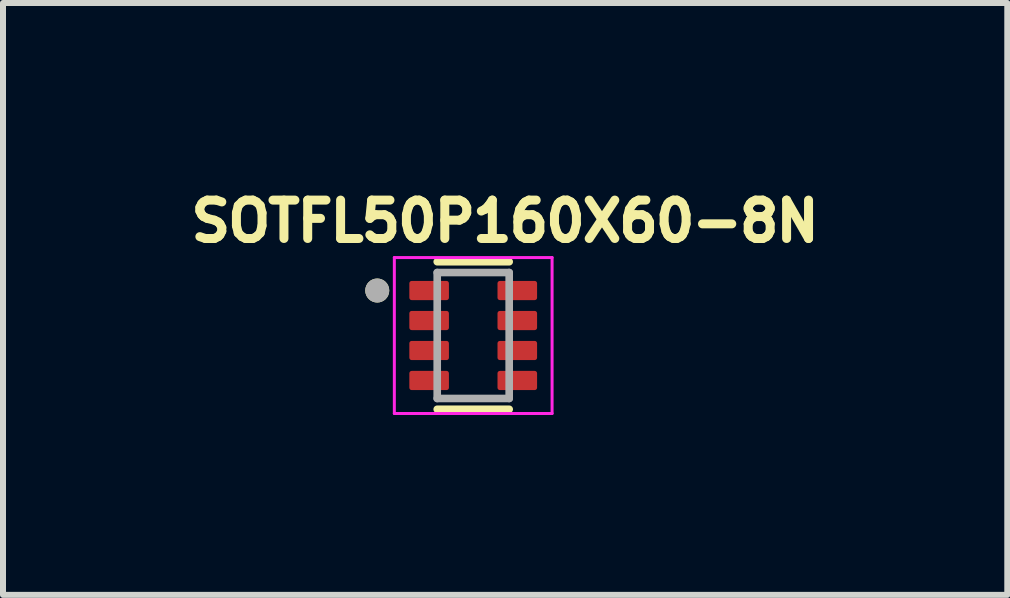
<source format=kicad_pcb>
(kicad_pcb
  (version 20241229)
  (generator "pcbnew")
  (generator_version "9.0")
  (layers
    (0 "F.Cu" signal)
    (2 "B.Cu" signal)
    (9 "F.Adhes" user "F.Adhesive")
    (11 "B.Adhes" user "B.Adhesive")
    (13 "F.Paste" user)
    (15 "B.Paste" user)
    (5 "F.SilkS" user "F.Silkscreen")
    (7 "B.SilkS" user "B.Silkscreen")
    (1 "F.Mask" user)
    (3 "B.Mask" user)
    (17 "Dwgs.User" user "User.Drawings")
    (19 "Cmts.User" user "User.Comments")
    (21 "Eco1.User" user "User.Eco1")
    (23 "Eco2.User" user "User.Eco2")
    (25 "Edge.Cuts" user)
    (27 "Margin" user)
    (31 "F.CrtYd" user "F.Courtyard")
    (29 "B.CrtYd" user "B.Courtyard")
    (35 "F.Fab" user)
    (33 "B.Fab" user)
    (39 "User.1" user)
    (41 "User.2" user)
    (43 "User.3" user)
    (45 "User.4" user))
  (footprint "SOTFL50P160X60-8N"
    (layer "F.Cu")
    (at 4.84 2.544)
    (property "Reference" "SOTFL50P160X60-8N" (at 0.532 -1.906 0) (layer "F.SilkS") (effects (font (size 0.64 0.64) (thickness 0.15))))
    (attr smd)
    (fp_line (start -0.6 -1.23) (end 0.6 -1.23) (stroke (width 0.127) (type solid)) (layer "F.SilkS"))
    (fp_line (start -0.6 1.23) (end 0.6 1.23) (stroke (width 0.127) (type solid)) (layer "F.SilkS"))
    (fp_circle (center -1.6 -0.75) (end -1.5 -0.75) (stroke (width 0.2) (type solid)) (fill no) (layer "F.SilkS"))
    (fp_line (start -1.315 -1.3) (end -1.315 1.3) (stroke (width 0.05) (type solid)) (layer "F.CrtYd"))
    (fp_line (start -1.315 1.3) (end 1.315 1.3) (stroke (width 0.05) (type solid)) (layer "F.CrtYd"))
    (fp_line (start 1.315 -1.3) (end -1.315 -1.3) (stroke (width 0.05) (type solid)) (layer "F.CrtYd"))
    (fp_line (start 1.315 1.3) (end 1.315 -1.3) (stroke (width 0.05) (type solid)) (layer "F.CrtYd"))
    (fp_line (start -0.6 -1.05) (end -0.6 1.05) (stroke (width 0.127) (type solid)) (layer "F.Fab"))
    (fp_line (start -0.6 1.05) (end 0.6 1.05) (stroke (width 0.127) (type solid)) (layer "F.Fab"))
    (fp_line (start 0.6 -1.05) (end -0.6 -1.05) (stroke (width 0.127) (type solid)) (layer "F.Fab"))
    (fp_line (start 0.6 1.05) (end 0.6 -1.05) (stroke (width 0.127) (type solid)) (layer "F.Fab"))
    (fp_circle (center -1.6 -0.75) (end -1.5 -0.75) (stroke (width 0.2) (type solid)) (fill no) (layer "F.Fab"))
    (pad "1" smd roundrect (at -0.735 -0.75) (size 0.66 0.32) (layers "F.Cu" "F.Mask" "F.Paste") (roundrect_rratio 0.125))
    (pad "2" smd roundrect (at -0.735 -0.25) (size 0.66 0.32) (layers "F.Cu" "F.Mask" "F.Paste") (roundrect_rratio 0.125))
    (pad "3" smd roundrect (at -0.735 0.25) (size 0.66 0.32) (layers "F.Cu" "F.Mask" "F.Paste") (roundrect_rratio 0.125))
    (pad "4" smd roundrect (at -0.735 0.75) (size 0.66 0.32) (layers "F.Cu" "F.Mask" "F.Paste") (roundrect_rratio 0.125))
    (pad "5" smd roundrect (at 0.735 0.75) (size 0.66 0.32) (layers "F.Cu" "F.Mask" "F.Paste") (roundrect_rratio 0.125))
    (pad "6" smd roundrect (at 0.735 0.25) (size 0.66 0.32) (layers "F.Cu" "F.Mask" "F.Paste") (roundrect_rratio 0.125))
    (pad "7" smd roundrect (at 0.735 -0.25) (size 0.66 0.32) (layers "F.Cu" "F.Mask" "F.Paste") (roundrect_rratio 0.125))
    (pad "8" smd roundrect (at 0.735 -0.75) (size 0.66 0.32) (layers "F.Cu" "F.Mask" "F.Paste") (roundrect_rratio 0.125)))
  (gr_rect
    (start -3 -3)
    (end 13.745 6.869)
    (stroke (width 0.1) (type default))
    (fill no)
    (layer "Edge.Cuts")))
</source>
